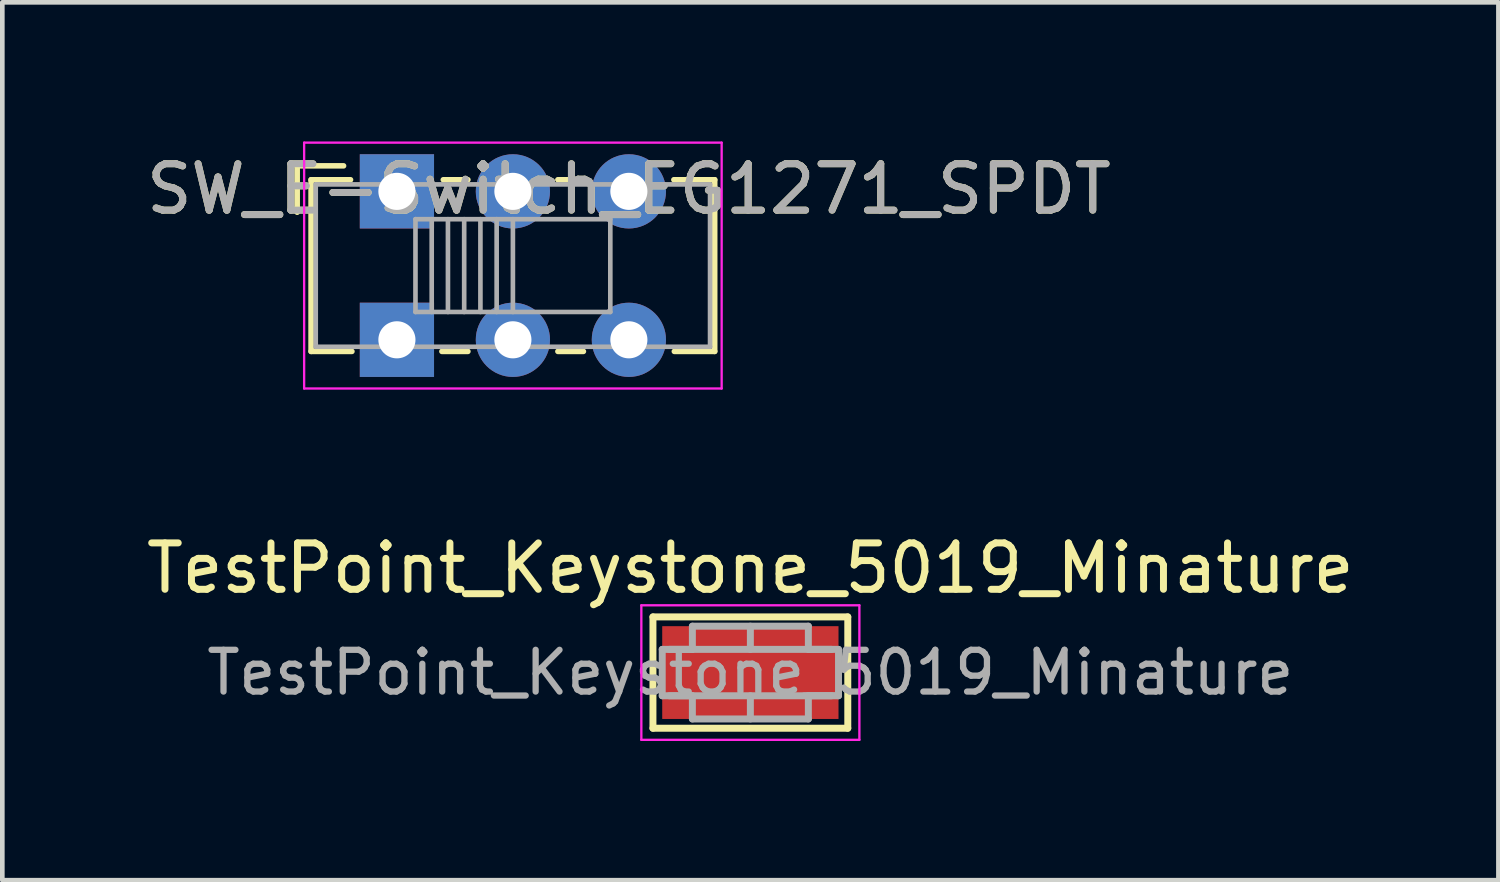
<source format=kicad_pcb>
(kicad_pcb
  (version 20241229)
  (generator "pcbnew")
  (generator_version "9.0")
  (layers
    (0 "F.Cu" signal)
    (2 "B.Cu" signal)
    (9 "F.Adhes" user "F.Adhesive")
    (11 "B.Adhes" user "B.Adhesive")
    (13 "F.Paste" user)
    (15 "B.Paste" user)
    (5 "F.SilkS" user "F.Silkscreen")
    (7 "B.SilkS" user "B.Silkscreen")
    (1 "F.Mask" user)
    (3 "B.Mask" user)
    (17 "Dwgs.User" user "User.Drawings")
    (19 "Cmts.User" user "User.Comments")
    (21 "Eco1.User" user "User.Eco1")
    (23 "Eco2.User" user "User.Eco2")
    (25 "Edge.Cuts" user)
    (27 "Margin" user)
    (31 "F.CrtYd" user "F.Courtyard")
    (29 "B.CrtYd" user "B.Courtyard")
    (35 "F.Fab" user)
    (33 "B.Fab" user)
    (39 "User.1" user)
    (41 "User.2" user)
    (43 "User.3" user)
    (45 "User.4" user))
  (footprint "TestPoint_Keystone_5019_Minature"
    (layer "F.Cu")
    (at 13.125 11.448)
    (property "Reference" "TestPoint_Keystone_5019_Minature" (at 0 -2.25 0) (layer "F.SilkS") (effects (font (size 1 1) (thickness 0.15))))
    (attr smd)
    (fp_line (start -2.1 -1.2) (end 2.1 -1.2) (stroke (width 0.15) (type solid)) (layer "F.SilkS"))
    (fp_line (start -2.1 1.2) (end -2.1 -1.2) (stroke (width 0.15) (type solid)) (layer "F.SilkS"))
    (fp_line (start 2.1 -1.2) (end 2.1 1.2) (stroke (width 0.15) (type solid)) (layer "F.SilkS"))
    (fp_line (start 2.1 1.2) (end -2.1 1.2) (stroke (width 0.15) (type solid)) (layer "F.SilkS"))
    (fp_line (start -2.35 -1.45) (end 2.35 -1.45) (stroke (width 0.05) (type solid)) (layer "F.CrtYd"))
    (fp_line (start -2.35 1.45) (end -2.35 -1.45) (stroke (width 0.05) (type solid)) (layer "F.CrtYd"))
    (fp_line (start 2.35 -1.45) (end 2.35 1.45) (stroke (width 0.05) (type solid)) (layer "F.CrtYd"))
    (fp_line (start 2.35 1.45) (end -2.35 1.45) (stroke (width 0.05) (type solid)) (layer "F.CrtYd"))
    (fp_line (start -1.9 -0.5) (end -1.9 0.5) (stroke (width 0.15) (type solid)) (layer "F.Fab"))
    (fp_line (start -1.9 -0.5) (end 1.9 -0.5) (stroke (width 0.15) (type solid)) (layer "F.Fab"))
    (fp_line (start -1.75 0.5) (end -1.25 0.5) (stroke (width 0.15) (type solid)) (layer "F.Fab"))
    (fp_line (start -1.25 -1) (end -1.25 -0.5) (stroke (width 0.15) (type solid)) (layer "F.Fab"))
    (fp_line (start -1.25 -0.5) (end -1.75 -0.5) (stroke (width 0.15) (type solid)) (layer "F.Fab"))
    (fp_line (start -1.25 0.5) (end -1.25 1) (stroke (width 0.15) (type solid)) (layer "F.Fab"))
    (fp_line (start -1.25 1) (end 1.25 1) (stroke (width 0.15) (type solid)) (layer "F.Fab"))
    (fp_line (start 0 -1) (end 0 -0.5) (stroke (width 0.15) (type solid)) (layer "F.Fab"))
    (fp_line (start 0 0.5) (end 0 1) (stroke (width 0.15) (type solid)) (layer "F.Fab"))
    (fp_line (start 1.25 -1) (end -1.25 -1) (stroke (width 0.15) (type solid)) (layer "F.Fab"))
    (fp_line (start 1.25 -0.5) (end 1.25 -1) (stroke (width 0.15) (type solid)) (layer "F.Fab"))
    (fp_line (start 1.25 0.5) (end 1.75 0.5) (stroke (width 0.15) (type solid)) (layer "F.Fab"))
    (fp_line (start 1.25 1) (end 1.25 0.5) (stroke (width 0.15) (type solid)) (layer "F.Fab"))
    (fp_line (start 1.75 -0.5) (end 1.25 -0.5) (stroke (width 0.15) (type solid)) (layer "F.Fab"))
    (fp_line (start 1.9 0.5) (end -1.9 0.5) (stroke (width 0.15) (type solid)) (layer "F.Fab"))
    (fp_line (start 1.9 0.5) (end 1.9 -0.5) (stroke (width 0.15) (type solid)) (layer "F.Fab"))
    (fp_text user "${REFERENCE}" (at 0 0 0) (layer "F.Fab") (effects (font (size 0.9 0.9) (thickness 0.135))))
    (pad "1" smd rect (at 0 0) (size 3.8 2) (layers "F.Cu" "F.Mask" "F.Paste")))
  (footprint "SW_E-Switch_EG1271_SPDT"
    (layer "F.Cu")
    (at 8.006 2.675)
    (property "Reference" "SW_E-Switch_EG1271_SPDT" (at 2.5 -1.65 0) (layer "F.SilkS") (effects (font (size 1 1) (thickness 0.15))))
    (attr through_hole)
    (fp_line (start -4.65 -2.15) (end -3.65 -2.15) (stroke (width 0.12) (type solid)) (layer "F.SilkS"))
    (fp_line (start -4.65 -1.15) (end -4.65 -2.15) (stroke (width 0.12) (type solid)) (layer "F.SilkS"))
    (fp_line (start -4.35 -1.85) (end -3.5 -1.85) (stroke (width 0.12) (type solid)) (layer "F.SilkS"))
    (fp_line (start -4.35 1.85) (end -4.35 -1.85) (stroke (width 0.12) (type solid)) (layer "F.SilkS"))
    (fp_line (start -3.47 1.85) (end -4.35 1.85) (stroke (width 0.12) (type solid)) (layer "F.SilkS"))
    (fp_line (start -1.5 -1.85) (end -0.97 -1.85) (stroke (width 0.12) (type solid)) (layer "F.SilkS"))
    (fp_line (start -0.97 1.85) (end -1.53 1.85) (stroke (width 0.12) (type solid)) (layer "F.SilkS"))
    (fp_line (start 0.97 -1.85) (end 1.53 -1.85) (stroke (width 0.12) (type solid)) (layer "F.SilkS"))
    (fp_line (start 1.52 1.85) (end 0.97 1.85) (stroke (width 0.12) (type solid)) (layer "F.SilkS"))
    (fp_line (start 3.47 -1.85) (end 4.35 -1.85) (stroke (width 0.12) (type solid)) (layer "F.SilkS"))
    (fp_line (start 4.35 -1.85) (end 4.35 1.85) (stroke (width 0.12) (type solid)) (layer "F.SilkS"))
    (fp_line (start 4.35 1.85) (end 3.48 1.85) (stroke (width 0.12) (type solid)) (layer "F.SilkS"))
    (fp_line (start -4.5 -2.65) (end 4.5 -2.65) (stroke (width 0.05) (type solid)) (layer "F.CrtYd"))
    (fp_line (start -4.5 2.65) (end -4.5 -2.65) (stroke (width 0.05) (type solid)) (layer "F.CrtYd"))
    (fp_line (start 4.5 -2.65) (end 4.5 2.65) (stroke (width 0.05) (type solid)) (layer "F.CrtYd"))
    (fp_line (start 4.5 2.65) (end -4.5 2.65) (stroke (width 0.05) (type solid)) (layer "F.CrtYd"))
    (fp_line (start -4.25 -1.75) (end -4.25 1.75) (stroke (width 0.1) (type solid)) (layer "F.Fab"))
    (fp_line (start -4.25 -1.75) (end 4.25 -1.75) (stroke (width 0.1) (type solid)) (layer "F.Fab"))
    (fp_line (start -2.1 -1) (end -2.1 1) (stroke (width 0.1) (type solid)) (layer "F.Fab"))
    (fp_line (start -2.1 -1) (end 2.1 -1) (stroke (width 0.1) (type solid)) (layer "F.Fab"))
    (fp_line (start -1.75 -1) (end -1.75 1) (stroke (width 0.1) (type solid)) (layer "F.Fab"))
    (fp_line (start -1.4 -1) (end -1.4 1) (stroke (width 0.1) (type solid)) (layer "F.Fab"))
    (fp_line (start -1.05 -1) (end -1.05 1) (stroke (width 0.1) (type solid)) (layer "F.Fab"))
    (fp_line (start -0.7 -1) (end -0.7 1) (stroke (width 0.1) (type solid)) (layer "F.Fab"))
    (fp_line (start -0.35 -1) (end -0.35 1) (stroke (width 0.1) (type solid)) (layer "F.Fab"))
    (fp_line (start 0 -1) (end 0 1) (stroke (width 0.1) (type solid)) (layer "F.Fab"))
    (fp_line (start 2.1 -1) (end 2.1 1) (stroke (width 0.1) (type solid)) (layer "F.Fab"))
    (fp_line (start 2.1 1) (end -2.1 1) (stroke (width 0.1) (type solid)) (layer "F.Fab"))
    (fp_line (start 4.25 -1.75) (end 4.25 1.75) (stroke (width 0.1) (type solid)) (layer "F.Fab"))
    (fp_line (start 4.25 1.75) (end -4.25 1.75) (stroke (width 0.1) (type solid)) (layer "F.Fab"))
    (fp_text user "${REFERENCE}" (at 2.5 -1.65 0) (layer "F.Fab") (effects (font (size 1 1) (thickness 0.15))))
    (pad "1" thru_hole rect (at -2.5 -1.6) (size 1.6 1.6) (drill 0.8) (layers "*.Cu" "*.Mask"))
    (pad "1" thru_hole rect (at -2.5 1.6) (size 1.6 1.6) (drill 0.8) (layers "*.Cu" "*.Mask"))
    (pad "2" thru_hole circle (at 0 -1.6) (size 1.6 1.6) (drill 0.8) (layers "*.Cu" "*.Mask"))
    (pad "2" thru_hole circle (at 0 1.6) (size 1.6 1.6) (drill 0.8) (layers "*.Cu" "*.Mask"))
    (pad "3" thru_hole circle (at 2.5 -1.6) (size 1.6 1.6) (drill 0.8) (layers "*.Cu" "*.Mask"))
    (pad "3" thru_hole circle (at 2.5 1.6) (size 1.6 1.6) (drill 0.8) (layers "*.Cu" "*.Mask")))
  (gr_rect
    (start -3 -3)
    (end 29.25 15.923)
    (stroke (width 0.1) (type default))
    (fill no)
    (layer "Edge.Cuts")))
</source>
